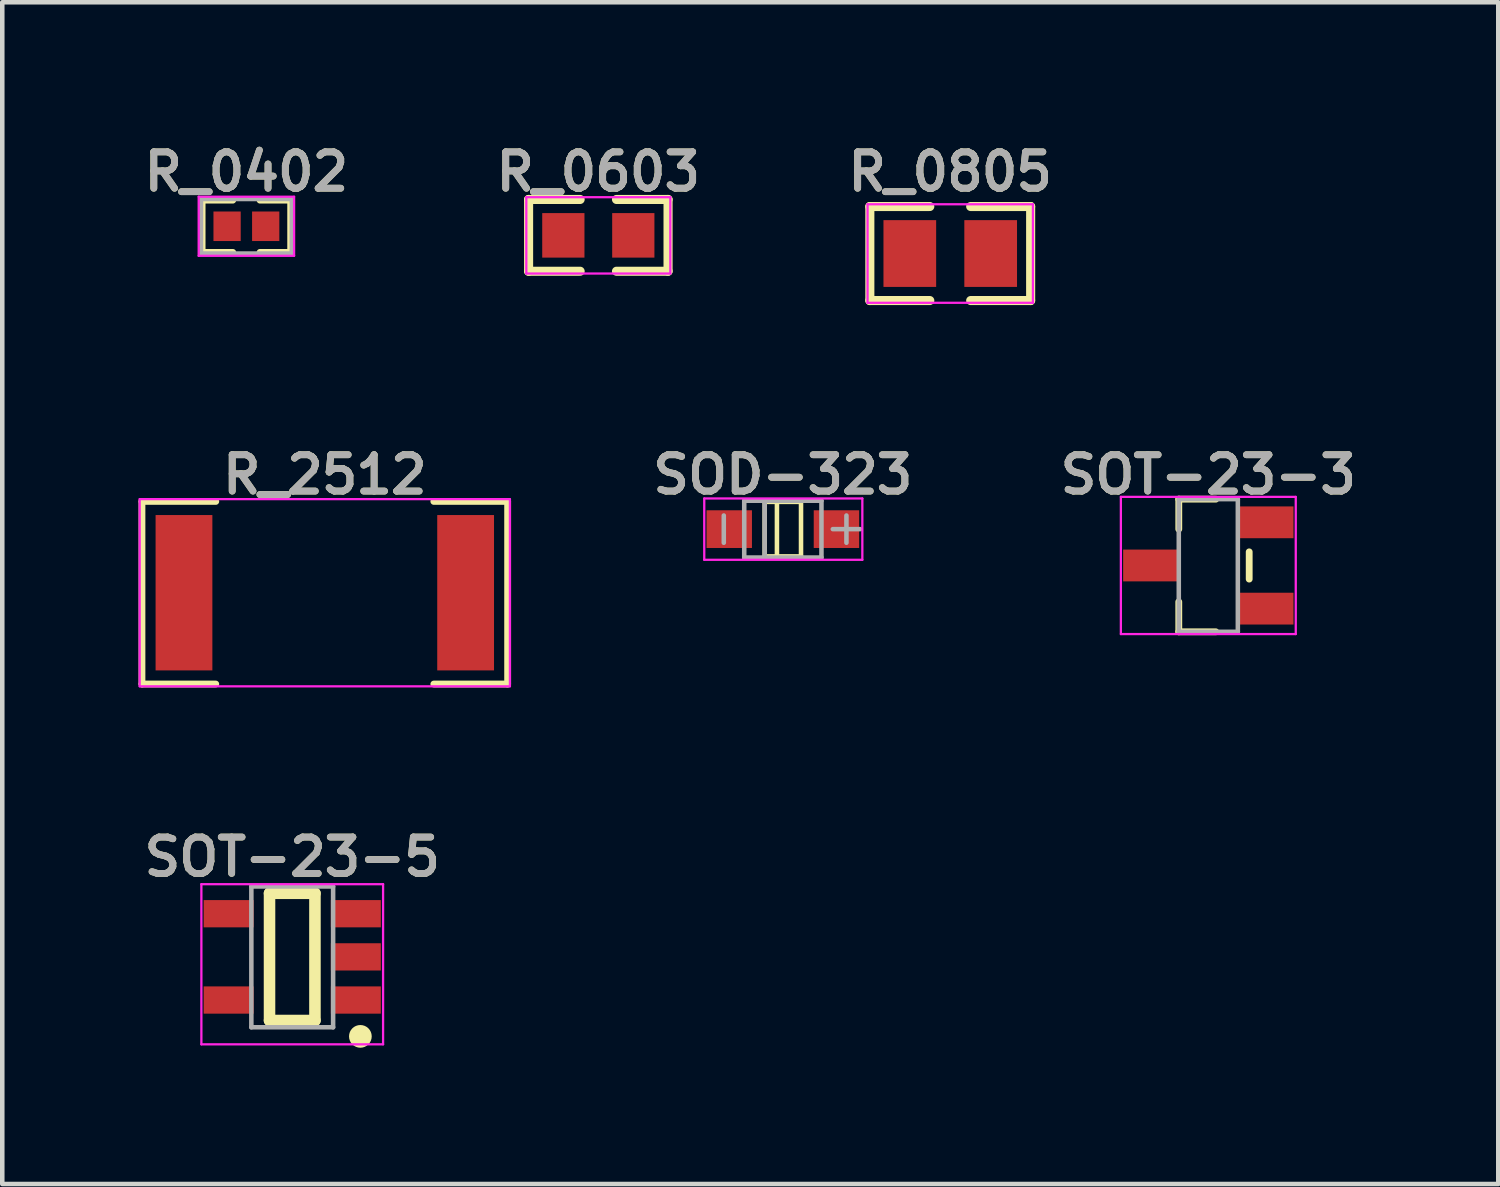
<source format=kicad_pcb>
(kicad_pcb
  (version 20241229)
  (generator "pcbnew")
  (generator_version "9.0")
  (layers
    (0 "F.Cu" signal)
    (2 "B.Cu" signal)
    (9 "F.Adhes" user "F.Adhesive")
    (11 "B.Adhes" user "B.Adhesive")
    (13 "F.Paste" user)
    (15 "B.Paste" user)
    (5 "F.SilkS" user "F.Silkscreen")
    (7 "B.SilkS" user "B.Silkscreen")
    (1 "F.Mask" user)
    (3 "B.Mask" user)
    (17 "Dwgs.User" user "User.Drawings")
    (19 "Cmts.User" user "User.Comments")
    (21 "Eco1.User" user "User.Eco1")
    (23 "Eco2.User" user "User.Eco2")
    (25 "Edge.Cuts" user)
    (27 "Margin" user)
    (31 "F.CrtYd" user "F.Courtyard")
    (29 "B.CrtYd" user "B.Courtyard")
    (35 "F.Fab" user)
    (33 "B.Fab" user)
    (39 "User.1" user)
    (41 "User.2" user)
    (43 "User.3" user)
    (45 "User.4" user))
  (footprint "R_2512"
    (layer "F.Cu")
    (at 4.1 9.998)
    (property "Reference" "R_2512" (at 0 -2.6 0) (layer "F.SilkS") (effects (font (size 0.8 0.8) (thickness 0.15))))
    (attr through_hole)
    (fp_line (start -4.025 -2.01) (end -2.4 -2.01) (stroke (width 0.15) (type solid)) (layer "F.SilkS"))
    (fp_line (start -4.025 2.01) (end -4.025 -2.01) (stroke (width 0.15) (type solid)) (layer "F.SilkS"))
    (fp_line (start -4.025 2.01) (end -2.4 2.01) (stroke (width 0.15) (type solid)) (layer "F.SilkS"))
    (fp_line (start 2.4 -2.01) (end 4.025 -2.01) (stroke (width 0.15) (type solid)) (layer "F.SilkS"))
    (fp_line (start 2.4 2.01) (end 4.025 2.01) (stroke (width 0.15) (type solid)) (layer "F.SilkS"))
    (fp_line (start 4.025 2.01) (end 4.025 -2.01) (stroke (width 0.15) (type solid)) (layer "F.SilkS"))
    (fp_line (start -4.075 -2.06) (end 4.075 -2.06) (stroke (width 0.05) (type solid)) (layer "F.CrtYd"))
    (fp_line (start -4.075 2.06) (end -4.075 -2.06) (stroke (width 0.05) (type solid)) (layer "F.CrtYd"))
    (fp_line (start 4.075 -2.06) (end 4.075 2.06) (stroke (width 0.05) (type solid)) (layer "F.CrtYd"))
    (fp_line (start 4.075 2.06) (end -4.075 2.06) (stroke (width 0.05) (type solid)) (layer "F.CrtYd"))
    (fp_text user "${REFERENCE}" (at 0 -2.6 0) (layer "F.Fab") (effects (font (size 0.8 0.8) (thickness 0.15))))
    (pad "1" smd rect (at -3.1 0) (size 1.25 3.42) (layers "F.Cu" "F.Mask" "F.Paste"))
    (pad "2" smd rect (at 3.1 0) (size 1.25 3.42) (layers "F.Cu" "F.Mask" "F.Paste")))
  (footprint "R_0603"
    (layer "F.Cu")
    (at 10.121 2.131)
    (property "Reference" "R_0603" (at 0 -1.4 0) (layer "F.SilkS") (effects (font (size 0.8 0.8) (thickness 0.15))))
    (attr smd)
    (fp_line (start -1.535 -0.79) (end -0.4 -0.79) (stroke (width 0.2) (type solid)) (layer "F.SilkS"))
    (fp_line (start -1.535 0.79) (end -1.535 -0.79) (stroke (width 0.2) (type solid)) (layer "F.SilkS"))
    (fp_line (start -1.535 0.79) (end -0.4 0.79) (stroke (width 0.2) (type solid)) (layer "F.SilkS"))
    (fp_line (start 0.4 -0.79) (end 1.535 -0.79) (stroke (width 0.2) (type solid)) (layer "F.SilkS"))
    (fp_line (start 0.4 0.79) (end 1.535 0.79) (stroke (width 0.2) (type solid)) (layer "F.SilkS"))
    (fp_line (start 1.535 0.79) (end 1.535 -0.79) (stroke (width 0.2) (type solid)) (layer "F.SilkS"))
    (fp_line (start -1.585 -0.84) (end 1.585 -0.84) (stroke (width 0.05) (type solid)) (layer "F.CrtYd"))
    (fp_line (start -1.585 0.84) (end -1.585 -0.84) (stroke (width 0.05) (type solid)) (layer "F.CrtYd"))
    (fp_line (start 1.585 -0.84) (end 1.585 0.84) (stroke (width 0.05) (type solid)) (layer "F.CrtYd"))
    (fp_line (start 1.585 0.84) (end -1.585 0.84) (stroke (width 0.05) (type solid)) (layer "F.CrtYd"))
    (fp_text user "${REFERENCE}" (at 0 -1.4 0) (layer "F.Fab") (effects (font (size 0.8 0.8) (thickness 0.15))))
    (pad "1" smd rect (at -0.77 0) (size 0.93 0.98) (layers "F.Cu" "F.Mask" "F.Paste"))
    (pad "2" smd rect (at 0.77 0) (size 0.93 0.98) (layers "F.Cu" "F.Mask" "F.Paste")))
  (footprint "SOT-23-3"
    (layer "F.Cu")
    (at 23.549 9.398)
    (property "Reference" "SOT-23-3" (at 0 -2 0) (layer "F.SilkS") (effects (font (size 0.8 0.8) (thickness 0.15))))
    (attr smd)
    (fp_line (start -0.65 -1.46) (end 0.165 -1.46) (stroke (width 0.15) (type solid)) (layer "F.SilkS"))
    (fp_line (start -0.65 -0.8) (end -0.65 -1.46) (stroke (width 0.15) (type solid)) (layer "F.SilkS"))
    (fp_line (start -0.65 1.46) (end -0.65 0.8) (stroke (width 0.15) (type solid)) (layer "F.SilkS"))
    (fp_line (start -0.65 1.46) (end 0.165 1.46) (stroke (width 0.15) (type solid)) (layer "F.SilkS"))
    (fp_line (start 0.9 0.3) (end 0.9 -0.3) (stroke (width 0.15) (type solid)) (layer "F.SilkS"))
    (fp_line (start -1.925 -1.51) (end 1.925 -1.51) (stroke (width 0.05) (type solid)) (layer "F.CrtYd"))
    (fp_line (start -1.925 1.51) (end -1.925 -1.51) (stroke (width 0.05) (type solid)) (layer "F.CrtYd"))
    (fp_line (start 1.925 -1.51) (end 1.925 1.51) (stroke (width 0.05) (type solid)) (layer "F.CrtYd"))
    (fp_line (start 1.925 1.51) (end -1.925 1.51) (stroke (width 0.05) (type solid)) (layer "F.CrtYd"))
    (fp_line (start -0.65 -1.46) (end 0.65 -1.46) (stroke (width 0.1) (type solid)) (layer "F.Fab"))
    (fp_line (start -0.65 1.46) (end -0.65 -1.46) (stroke (width 0.1) (type solid)) (layer "F.Fab"))
    (fp_line (start -0.65 1.46) (end 0.65 1.46) (stroke (width 0.1) (type solid)) (layer "F.Fab"))
    (fp_line (start 0.65 1.46) (end 0.65 -1.46) (stroke (width 0.1) (type solid)) (layer "F.Fab"))
    (fp_text user "${REFERENCE}" (at 0 -2 0) (layer "F.Fab") (effects (font (size 0.8 0.8) (thickness 0.15))))
    (pad "1" smd rect (at 1.25 0.95 270) (size 0.7 1.25) (layers "F.Cu" "F.Mask" "F.Paste"))
    (pad "2" smd rect (at 1.25 -0.95 270) (size 0.7 1.25) (layers "F.Cu" "F.Mask" "F.Paste"))
    (pad "3" smd rect (at -1.25 0 270) (size 0.7 1.25) (layers "F.Cu" "F.Mask" "F.Paste")))
  (footprint "SOT-23-5"
    (layer "F.Cu")
    (at 3.383 18.014)
    (property "Reference" "SOT-23-5" (at 0 -2.2 0) (layer "F.SilkS") (effects (font (size 0.8 0.8) (thickness 0.15))))
    (attr smd)
    (fp_line (start -0.5 -1.4) (end 0.5 -1.4) (stroke (width 0.254) (type solid)) (layer "F.SilkS"))
    (fp_line (start -0.5 1.4) (end -0.5 -1.4) (stroke (width 0.254) (type solid)) (layer "F.SilkS"))
    (fp_line (start -0.5 1.4) (end 0.5 1.4) (stroke (width 0.254) (type solid)) (layer "F.SilkS"))
    (fp_line (start 0.5 1.4) (end 0.5 -1.4) (stroke (width 0.254) (type solid)) (layer "F.SilkS"))
    (fp_circle (center 1.5 1.75) (end 1.625 1.75) (stroke (width 0.25) (type solid)) (fill no) (layer "F.SilkS"))
    (fp_line (start -2 -1.6) (end 2 -1.6) (stroke (width 0.05) (type solid)) (layer "F.CrtYd"))
    (fp_line (start -2 1.925) (end -2 -1.6) (stroke (width 0.05) (type solid)) (layer "F.CrtYd"))
    (fp_line (start 2 -1.6) (end 2 1.925) (stroke (width 0.05) (type solid)) (layer "F.CrtYd"))
    (fp_line (start 2 1.925) (end -2 1.925) (stroke (width 0.05) (type solid)) (layer "F.CrtYd"))
    (fp_line (start -0.9 -1.55) (end 0.9 -1.55) (stroke (width 0.1) (type solid)) (layer "F.Fab"))
    (fp_line (start -0.9 1.55) (end -0.9 -1.55) (stroke (width 0.1) (type solid)) (layer "F.Fab"))
    (fp_line (start -0.9 1.55) (end 0.9 1.55) (stroke (width 0.1) (type solid)) (layer "F.Fab"))
    (fp_line (start 0.9 1.55) (end 0.9 -1.55) (stroke (width 0.1) (type solid)) (layer "F.Fab"))
    (fp_text user "${REFERENCE}" (at 0 -2.2 0) (layer "F.Fab") (effects (font (size 0.8 0.8) (thickness 0.15))))
    (pad "1" smd rect (at 1.4 0.95 270) (size 0.6 1.1) (layers "F.Cu" "F.Mask" "F.Paste"))
    (pad "2" smd rect (at 1.4 0 270) (size 0.6 1.1) (layers "F.Cu" "F.Mask" "F.Paste"))
    (pad "3" smd rect (at 1.4 -0.95 270) (size 0.6 1.1) (layers "F.Cu" "F.Mask" "F.Paste"))
    (pad "4" smd rect (at -1.4 -0.95 270) (size 0.6 1.1) (layers "F.Cu" "F.Mask" "F.Paste"))
    (pad "5" smd rect (at -1.4 0.95 270) (size 0.6 1.1) (layers "F.Cu" "F.Mask" "F.Paste")))
  (footprint "R_0402"
    (layer "F.Cu")
    (at 2.374 1.931)
    (property "Reference" "R_0402" (at 0 -1.2 0) (layer "F.SilkS") (effects (font (size 0.8 0.8) (thickness 0.15))))
    (attr smd)
    (fp_line (start -0.975 -0.575) (end -0.3 -0.575) (stroke (width 0.15) (type solid)) (layer "F.SilkS"))
    (fp_line (start -0.975 0.575) (end -0.975 -0.575) (stroke (width 0.15) (type solid)) (layer "F.SilkS"))
    (fp_line (start -0.975 0.575) (end -0.3 0.575) (stroke (width 0.15) (type solid)) (layer "F.SilkS"))
    (fp_line (start 0.3 -0.575) (end 0.975 -0.575) (stroke (width 0.15) (type solid)) (layer "F.SilkS"))
    (fp_line (start 0.3 0.575) (end 0.975 0.575) (stroke (width 0.15) (type solid)) (layer "F.SilkS"))
    (fp_line (start 0.975 -0.575) (end 0.975 0.575) (stroke (width 0.15) (type solid)) (layer "F.SilkS"))
    (fp_line (start -1.05 -0.65) (end 1.05 -0.65) (stroke (width 0.05) (type solid)) (layer "F.CrtYd"))
    (fp_line (start -1.05 0.65) (end -1.05 -0.65) (stroke (width 0.05) (type solid)) (layer "F.CrtYd"))
    (fp_line (start 1.05 -0.65) (end 1.05 0.65) (stroke (width 0.05) (type solid)) (layer "F.CrtYd"))
    (fp_line (start 1.05 0.65) (end -1.05 0.65) (stroke (width 0.05) (type solid)) (layer "F.CrtYd"))
    (fp_line (start -1 -0.6) (end 1 -0.6) (stroke (width 0.1) (type solid)) (layer "F.Fab"))
    (fp_line (start -1 0.6) (end -1 -0.6) (stroke (width 0.1) (type solid)) (layer "F.Fab"))
    (fp_line (start -1 0.6) (end 1 0.6) (stroke (width 0.1) (type solid)) (layer "F.Fab"))
    (fp_line (start 1 0.6) (end 1 -0.6) (stroke (width 0.1) (type solid)) (layer "F.Fab"))
    (fp_text user "${REFERENCE}" (at 0 -1.2 0) (layer "F.Fab") (effects (font (size 0.8 0.8) (thickness 0.15))))
    (pad "1" smd rect (at -0.425 0) (size 0.6 0.65) (layers "F.Cu" "F.Mask" "F.Paste"))
    (pad "2" smd rect (at 0.425 0) (size 0.6 0.65) (layers "F.Cu" "F.Mask" "F.Paste")))
  (footprint "SOD-323"
    (layer "F.Cu")
    (at 14.183 8.598)
    (property "Reference" "SOD-323" (at 0 -1.2 0) (layer "F.SilkS") (effects (font (size 0.8 0.8) (thickness 0.15))))
    (attr smd)
    (fp_line (start -0.4 -0.6) (end 0.4 -0.6) (stroke (width 0.1) (type solid)) (layer "F.SilkS"))
    (fp_line (start -0.4 0.6) (end -0.4 -0.6) (stroke (width 0.1) (type solid)) (layer "F.SilkS"))
    (fp_line (start -0.4 0.6) (end 0.4 0.6) (stroke (width 0.1) (type solid)) (layer "F.SilkS"))
    (fp_line (start -0.13 0.6) (end -0.13 -0.6) (stroke (width 0.1) (type solid)) (layer "F.SilkS"))
    (fp_line (start 0.4 0.6) (end 0.4 -0.6) (stroke (width 0.1) (type solid)) (layer "F.SilkS"))
    (fp_line (start -1.73 -0.675) (end 1.75 -0.675) (stroke (width 0.05) (type solid)) (layer "F.CrtYd"))
    (fp_line (start -1.73 0.675) (end -1.73 -0.675) (stroke (width 0.05) (type solid)) (layer "F.CrtYd"))
    (fp_line (start 1.75 -0.675) (end 1.75 0.675) (stroke (width 0.05) (type solid)) (layer "F.CrtYd"))
    (fp_line (start 1.75 0.675) (end -1.73 0.675) (stroke (width 0.05) (type solid)) (layer "F.CrtYd"))
    (fp_line (start -1.3 0.3) (end -1.3 -0.3) (stroke (width 0.1) (type solid)) (layer "F.Fab"))
    (fp_line (start -0.85 -0.625) (end 0.85 -0.625) (stroke (width 0.1) (type solid)) (layer "F.Fab"))
    (fp_line (start -0.85 0.625) (end -0.85 -0.625) (stroke (width 0.1) (type solid)) (layer "F.Fab"))
    (fp_line (start -0.85 0.625) (end 0.85 0.625) (stroke (width 0.1) (type solid)) (layer "F.Fab"))
    (fp_line (start -0.4 0.625) (end -0.4 -0.625) (stroke (width 0.1) (type solid)) (layer "F.Fab"))
    (fp_line (start 0.85 0.625) (end 0.85 -0.625) (stroke (width 0.1) (type solid)) (layer "F.Fab"))
    (fp_line (start 1.1 0) (end 1.7 0) (stroke (width 0.1) (type solid)) (layer "F.Fab"))
    (fp_line (start 1.4 0.3) (end 1.4 -0.3) (stroke (width 0.1) (type solid)) (layer "F.Fab"))
    (fp_text user "${REFERENCE}" (at 0 -1.2 0) (layer "F.Fab") (effects (font (size 0.8 0.8) (thickness 0.15))))
    (pad "A" smd rect (at 1.18 0) (size 1 0.83) (layers "F.Cu" "F.Mask" "F.Paste"))
    (pad "K" smd rect (at -1.18 0) (size 1 0.83) (layers "F.Cu" "F.Mask" "F.Paste")))
  (footprint "R_0805"
    (layer "F.Cu")
    (at 17.868 2.531)
    (property "Reference" "R_0805" (at 0 -1.8 0) (layer "F.SilkS") (effects (font (size 0.8 0.8) (thickness 0.15))))
    (attr smd)
    (fp_line (start -1.77 -1.035) (end -0.45 -1.035) (stroke (width 0.2) (type solid)) (layer "F.SilkS"))
    (fp_line (start -1.77 1.035) (end -1.77 -1.035) (stroke (width 0.2) (type solid)) (layer "F.SilkS"))
    (fp_line (start -1.77 1.035) (end -0.45 1.035) (stroke (width 0.2) (type solid)) (layer "F.SilkS"))
    (fp_line (start 0.45 -1.035) (end 1.77 -1.035) (stroke (width 0.2) (type solid)) (layer "F.SilkS"))
    (fp_line (start 0.45 1.035) (end 1.77 1.035) (stroke (width 0.2) (type solid)) (layer "F.SilkS"))
    (fp_line (start 1.77 1.035) (end 1.77 -1.035) (stroke (width 0.2) (type solid)) (layer "F.SilkS"))
    (fp_line (start -1.82 -1.085) (end 1.82 -1.085) (stroke (width 0.05) (type solid)) (layer "F.CrtYd"))
    (fp_line (start -1.82 1.085) (end -1.82 -1.085) (stroke (width 0.05) (type solid)) (layer "F.CrtYd"))
    (fp_line (start 1.82 -1.085) (end 1.82 1.085) (stroke (width 0.05) (type solid)) (layer "F.CrtYd"))
    (fp_line (start 1.82 1.085) (end -1.82 1.085) (stroke (width 0.05) (type solid)) (layer "F.CrtYd"))
    (fp_text user "${REFERENCE}" (at 0 -1.8 0) (layer "F.Fab") (effects (font (size 0.8 0.8) (thickness 0.15))))
    (pad "1" smd rect (at -0.89 0) (size 1.16 1.47) (layers "F.Cu" "F.Mask" "F.Paste"))
    (pad "2" smd rect (at 0.89 0) (size 1.16 1.47) (layers "F.Cu" "F.Mask" "F.Paste")))
  (gr_rect
    (start -3 -3)
    (end 29.932 23.014)
    (stroke (width 0.1) (type default))
    (fill no)
    (layer "Edge.Cuts")))
</source>
